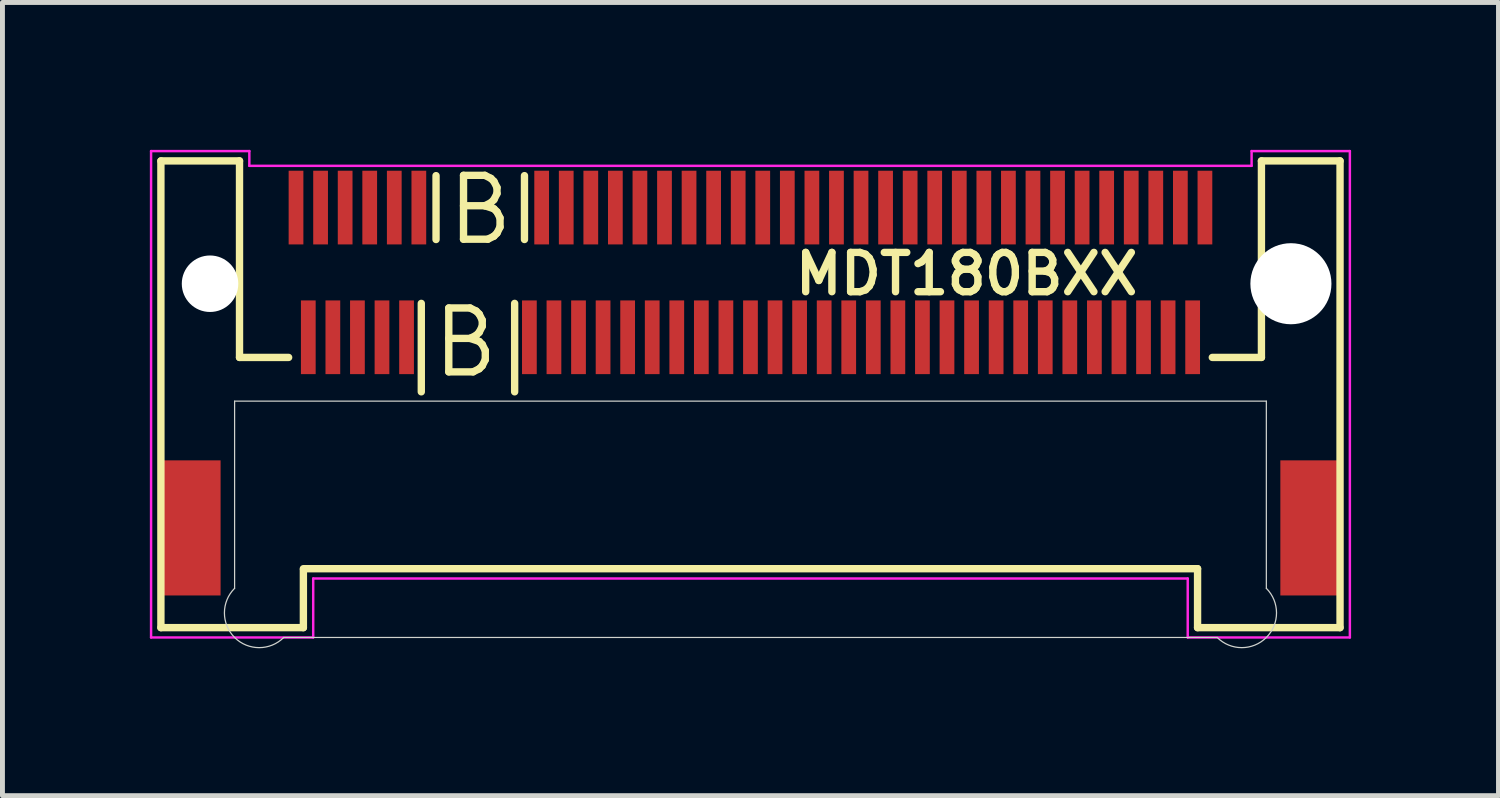
<source format=kicad_pcb>
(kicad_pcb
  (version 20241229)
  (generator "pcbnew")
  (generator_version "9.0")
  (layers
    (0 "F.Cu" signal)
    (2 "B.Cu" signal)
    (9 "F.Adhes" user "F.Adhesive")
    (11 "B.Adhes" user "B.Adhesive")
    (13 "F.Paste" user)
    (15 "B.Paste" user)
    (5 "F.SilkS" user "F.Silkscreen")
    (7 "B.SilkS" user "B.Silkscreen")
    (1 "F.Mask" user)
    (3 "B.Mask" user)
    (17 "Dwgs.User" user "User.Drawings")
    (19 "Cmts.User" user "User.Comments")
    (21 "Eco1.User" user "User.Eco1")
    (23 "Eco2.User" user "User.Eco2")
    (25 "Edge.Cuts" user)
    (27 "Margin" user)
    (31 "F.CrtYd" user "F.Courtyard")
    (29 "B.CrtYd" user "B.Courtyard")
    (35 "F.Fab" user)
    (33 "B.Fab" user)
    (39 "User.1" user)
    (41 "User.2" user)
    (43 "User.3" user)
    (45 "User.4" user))
  (footprint "MDT180BXX"
    (layer "F.Cu")
    (at 12.225 2.725)
    (property "Reference" "MDT180BXX" (at 4.4 -0.2 0) (layer "F.SilkS") (effects (font (size 0.8 0.8) (thickness 0.15))))
    (attr through_hole)
    (fp_line (start -12 -2.5) (end -12 7) (stroke (width 0.15) (type solid)) (layer "F.SilkS"))
    (fp_line (start -12 -2.5) (end -10.4 -2.5) (stroke (width 0.15) (type solid)) (layer "F.SilkS"))
    (fp_line (start -12 7) (end -9.1 7) (stroke (width 0.15) (type solid)) (layer "F.SilkS"))
    (fp_line (start -10.4 -2.5) (end -10.4 1.5) (stroke (width 0.15) (type solid)) (layer "F.SilkS"))
    (fp_line (start -9.4 1.5) (end -10.4 1.5) (stroke (width 0.15) (type solid)) (layer "F.SilkS"))
    (fp_line (start -9.1 5.8) (end 9.1 5.8) (stroke (width 0.15) (type solid)) (layer "F.SilkS"))
    (fp_line (start -9.1 7) (end -9.1 5.82) (stroke (width 0.15) (type solid)) (layer "F.SilkS"))
    (fp_line (start -6.7 2.2) (end -6.7 0.4) (stroke (width 0.15) (type solid)) (layer "F.SilkS"))
    (fp_line (start -6.4 -2.2) (end -6.4 -0.9) (stroke (width 0.15) (type solid)) (layer "F.SilkS"))
    (fp_line (start -4.8 0.4) (end -4.8 2.2) (stroke (width 0.15) (type solid)) (layer "F.SilkS"))
    (fp_line (start -4.6 -2.2) (end -4.6 -0.9) (stroke (width 0.15) (type solid)) (layer "F.SilkS"))
    (fp_line (start 9.1 7) (end 9.1 5.8) (stroke (width 0.15) (type solid)) (layer "F.SilkS"))
    (fp_line (start 9.1 7) (end 12 7) (stroke (width 0.15) (type solid)) (layer "F.SilkS"))
    (fp_line (start 10.4 -2.5) (end 12 -2.5) (stroke (width 0.15) (type solid)) (layer "F.SilkS"))
    (fp_line (start 10.4 1.5) (end 9.4 1.5) (stroke (width 0.15) (type solid)) (layer "F.SilkS"))
    (fp_line (start 10.4 1.5) (end 10.4 -2.5) (stroke (width 0.15) (type solid)) (layer "F.SilkS"))
    (fp_line (start 12 -2.5) (end 12 7) (stroke (width 0.15) (type solid)) (layer "F.SilkS"))
    (fp_line (start -10.5 2.39) (end -10.5 6.2) (stroke (width 0.025) (type solid)) (layer "Edge.Cuts"))
    (fp_line (start -9.5 7.2) (end 9.5 7.2) (stroke (width 0.025) (type solid)) (layer "Edge.Cuts"))
    (fp_line (start 10.5 2.39) (end -10.5 2.39) (stroke (width 0.025) (type solid)) (layer "Edge.Cuts"))
    (fp_line (start 10.5 6.2) (end 10.5 2.39) (stroke (width 0.025) (type solid)) (layer "Edge.Cuts"))
    (fp_arc (start -9.5 7.2) (mid -10.5 7.2) (end -10.5 6.2) (stroke (width 0.0254) (type solid)) (layer "Edge.Cuts"))
    (fp_arc (start 10.5 6.2) (mid 10.5 7.2) (end 9.5 7.2) (stroke (width 0.0254) (type solid)) (layer "Edge.Cuts"))
    (fp_line (start -12.2 -2.7) (end -10.2 -2.7) (stroke (width 0.05) (type solid)) (layer "F.CrtYd"))
    (fp_line (start -12.2 7.2) (end -12.2 -2.7) (stroke (width 0.05) (type solid)) (layer "F.CrtYd"))
    (fp_line (start -10.2 -2.7) (end -10.2 -2.4) (stroke (width 0.05) (type solid)) (layer "F.CrtYd"))
    (fp_line (start -10.2 -2.4) (end 10.2 -2.4) (stroke (width 0.05) (type solid)) (layer "F.CrtYd"))
    (fp_line (start -8.9 6) (end -8.9 7.2) (stroke (width 0.05) (type solid)) (layer "F.CrtYd"))
    (fp_line (start -8.9 7.2) (end -12.2 7.2) (stroke (width 0.05) (type solid)) (layer "F.CrtYd"))
    (fp_line (start 8.9 6) (end -8.9 6) (stroke (width 0.05) (type solid)) (layer "F.CrtYd"))
    (fp_line (start 8.9 7.2) (end 8.9 6) (stroke (width 0.05) (type solid)) (layer "F.CrtYd"))
    (fp_line (start 10.2 -2.7) (end 12.2 -2.7) (stroke (width 0.05) (type solid)) (layer "F.CrtYd"))
    (fp_line (start 10.2 -2.4) (end 10.2 -2.7) (stroke (width 0.05) (type solid)) (layer "F.CrtYd"))
    (fp_line (start 12.2 -2.7) (end 12.2 7.2) (stroke (width 0.05) (type solid)) (layer "F.CrtYd"))
    (fp_line (start 12.2 7.2) (end 8.9 7.2) (stroke (width 0.05) (type solid)) (layer "F.CrtYd"))
    (fp_text user "B" (at -5.8 1.2 0) (layer "F.SilkS") (effects (font (size 1.3 1.3) (thickness 0.15))))
    (fp_text user "B" (at -5.5 -1.5 0) (layer "F.SilkS") (effects (font (size 1.3 1.3) (thickness 0.15))))
    (pad "" smd rect (at -11.385 4.97) (size 1.2 2.75) (layers "F.Cu" "F.Mask" "F.Paste"))
    (pad "" np_thru_hole circle (at -11 0) (size 1.15 1.15) (drill 1.15) (layers "*.Cu"))
    (pad "" np_thru_hole circle (at 11 0) (size 1.65 1.65) (drill 1.65) (layers "*.Cu"))
    (pad "" smd rect (at 11.385 4.97) (size 1.2 2.75) (layers "F.Cu" "F.Mask" "F.Paste"))
    (pad "1" smd rect (at -9.25 -1.55) (size 0.3 1.5) (layers "F.Cu" "F.Mask" "F.Paste"))
    (pad "2" smd rect (at -9 1.09) (size 0.3 1.5) (layers "F.Cu" "F.Mask" "F.Paste"))
    (pad "3" smd rect (at -8.75 -1.55) (size 0.3 1.5) (layers "F.Cu" "F.Mask" "F.Paste"))
    (pad "4" smd rect (at -8.5 1.09) (size 0.3 1.5) (layers "F.Cu" "F.Mask" "F.Paste"))
    (pad "5" smd rect (at -8.25 -1.55) (size 0.3 1.5) (layers "F.Cu" "F.Mask" "F.Paste"))
    (pad "6" smd rect (at -8 1.09) (size 0.3 1.5) (layers "F.Cu" "F.Mask" "F.Paste"))
    (pad "7" smd rect (at -7.75 -1.55) (size 0.3 1.5) (layers "F.Cu" "F.Mask" "F.Paste"))
    (pad "8" smd rect (at -7.5 1.09) (size 0.3 1.5) (layers "F.Cu" "F.Mask" "F.Paste"))
    (pad "9" smd rect (at -7.25 -1.55) (size 0.3 1.5) (layers "F.Cu" "F.Mask" "F.Paste"))
    (pad "10" smd rect (at -7 1.09) (size 0.3 1.5) (layers "F.Cu" "F.Mask" "F.Paste"))
    (pad "11" smd rect (at -6.75 -1.55) (size 0.3 1.5) (layers "F.Cu" "F.Mask" "F.Paste"))
    (pad "20" smd rect (at -4.5 1.09) (size 0.3 1.5) (layers "F.Cu" "F.Mask" "F.Paste"))
    (pad "21" smd rect (at -4.25 -1.55) (size 0.3 1.5) (layers "F.Cu" "F.Mask" "F.Paste"))
    (pad "22" smd rect (at -4 1.09) (size 0.3 1.5) (layers "F.Cu" "F.Mask" "F.Paste"))
    (pad "23" smd rect (at -3.75 -1.55) (size 0.3 1.5) (layers "F.Cu" "F.Mask" "F.Paste"))
    (pad "24" smd rect (at -3.5 1.09) (size 0.3 1.5) (layers "F.Cu" "F.Mask" "F.Paste"))
    (pad "25" smd rect (at -3.25 -1.55) (size 0.3 1.5) (layers "F.Cu" "F.Mask" "F.Paste"))
    (pad "26" smd rect (at -3 1.09) (size 0.3 1.5) (layers "F.Cu" "F.Mask" "F.Paste"))
    (pad "27" smd rect (at -2.75 -1.55) (size 0.3 1.5) (layers "F.Cu" "F.Mask" "F.Paste"))
    (pad "28" smd rect (at -2.5 1.09) (size 0.3 1.5) (layers "F.Cu" "F.Mask" "F.Paste"))
    (pad "29" smd rect (at -2.25 -1.55) (size 0.3 1.5) (layers "F.Cu" "F.Mask" "F.Paste"))
    (pad "30" smd rect (at -2 1.09) (size 0.3 1.5) (layers "F.Cu" "F.Mask" "F.Paste"))
    (pad "31" smd rect (at -1.75 -1.55) (size 0.3 1.5) (layers "F.Cu" "F.Mask" "F.Paste"))
    (pad "32" smd rect (at -1.5 1.09) (size 0.3 1.5) (layers "F.Cu" "F.Mask" "F.Paste"))
    (pad "33" smd rect (at -1.25 -1.55) (size 0.3 1.5) (layers "F.Cu" "F.Mask" "F.Paste"))
    (pad "34" smd rect (at -1 1.09) (size 0.3 1.5) (layers "F.Cu" "F.Mask" "F.Paste"))
    (pad "35" smd rect (at -0.75 -1.55) (size 0.3 1.5) (layers "F.Cu" "F.Mask" "F.Paste"))
    (pad "36" smd rect (at -0.5 1.09) (size 0.3 1.5) (layers "F.Cu" "F.Mask" "F.Paste"))
    (pad "37" smd rect (at -0.25 -1.55) (size 0.3 1.5) (layers "F.Cu" "F.Mask" "F.Paste"))
    (pad "38" smd rect (at 0 1.09) (size 0.3 1.5) (layers "F.Cu" "F.Mask" "F.Paste"))
    (pad "39" smd rect (at 0.25 -1.55) (size 0.3 1.5) (layers "F.Cu" "F.Mask" "F.Paste"))
    (pad "40" smd rect (at 0.5 1.09) (size 0.3 1.5) (layers "F.Cu" "F.Mask" "F.Paste"))
    (pad "41" smd rect (at 0.75 -1.55) (size 0.3 1.5) (layers "F.Cu" "F.Mask" "F.Paste"))
    (pad "42" smd rect (at 1 1.09) (size 0.3 1.5) (layers "F.Cu" "F.Mask" "F.Paste"))
    (pad "43" smd rect (at 1.25 -1.55) (size 0.3 1.5) (layers "F.Cu" "F.Mask" "F.Paste"))
    (pad "44" smd rect (at 1.5 1.09) (size 0.3 1.5) (layers "F.Cu" "F.Mask" "F.Paste"))
    (pad "45" smd rect (at 1.75 -1.55) (size 0.3 1.5) (layers "F.Cu" "F.Mask" "F.Paste"))
    (pad "46" smd rect (at 2 1.09) (size 0.3 1.5) (layers "F.Cu" "F.Mask" "F.Paste"))
    (pad "47" smd rect (at 2.25 -1.55) (size 0.3 1.5) (layers "F.Cu" "F.Mask" "F.Paste"))
    (pad "48" smd rect (at 2.5 1.09) (size 0.3 1.5) (layers "F.Cu" "F.Mask" "F.Paste"))
    (pad "49" smd rect (at 2.75 -1.55) (size 0.3 1.5) (layers "F.Cu" "F.Mask" "F.Paste"))
    (pad "50" smd rect (at 3 1.09) (size 0.3 1.5) (layers "F.Cu" "F.Mask" "F.Paste"))
    (pad "51" smd rect (at 3.25 -1.55) (size 0.3 1.5) (layers "F.Cu" "F.Mask" "F.Paste"))
    (pad "52" smd rect (at 3.5 1.09) (size 0.3 1.5) (layers "F.Cu" "F.Mask" "F.Paste"))
    (pad "53" smd rect (at 3.75 -1.55) (size 0.3 1.5) (layers "F.Cu" "F.Mask" "F.Paste"))
    (pad "54" smd rect (at 4 1.09) (size 0.3 1.5) (layers "F.Cu" "F.Mask" "F.Paste"))
    (pad "55" smd rect (at 4.25 -1.55) (size 0.3 1.5) (layers "F.Cu" "F.Mask" "F.Paste"))
    (pad "56" smd rect (at 4.5 1.09) (size 0.3 1.5) (layers "F.Cu" "F.Mask" "F.Paste"))
    (pad "57" smd rect (at 4.75 -1.55) (size 0.3 1.5) (layers "F.Cu" "F.Mask" "F.Paste"))
    (pad "58" smd rect (at 5 1.09) (size 0.3 1.5) (layers "F.Cu" "F.Mask" "F.Paste"))
    (pad "59" smd rect (at 5.25 -1.55) (size 0.3 1.5) (layers "F.Cu" "F.Mask" "F.Paste"))
    (pad "60" smd rect (at 5.5 1.09) (size 0.3 1.5) (layers "F.Cu" "F.Mask" "F.Paste"))
    (pad "61" smd rect (at 5.75 -1.55) (size 0.3 1.5) (layers "F.Cu" "F.Mask" "F.Paste"))
    (pad "62" smd rect (at 6 1.09) (size 0.3 1.5) (layers "F.Cu" "F.Mask" "F.Paste"))
    (pad "63" smd rect (at 6.25 -1.55) (size 0.3 1.5) (layers "F.Cu" "F.Mask" "F.Paste"))
    (pad "64" smd rect (at 6.5 1.09) (size 0.3 1.5) (layers "F.Cu" "F.Mask" "F.Paste"))
    (pad "65" smd rect (at 6.75 -1.55) (size 0.3 1.5) (layers "F.Cu" "F.Mask" "F.Paste"))
    (pad "66" smd rect (at 7 1.09) (size 0.3 1.5) (layers "F.Cu" "F.Mask" "F.Paste"))
    (pad "67" smd rect (at 7.25 -1.55) (size 0.3 1.5) (layers "F.Cu" "F.Mask" "F.Paste"))
    (pad "68" smd rect (at 7.5 1.09) (size 0.3 1.5) (layers "F.Cu" "F.Mask" "F.Paste"))
    (pad "69" smd rect (at 7.75 -1.55) (size 0.3 1.5) (layers "F.Cu" "F.Mask" "F.Paste"))
    (pad "70" smd rect (at 8 1.09) (size 0.3 1.5) (layers "F.Cu" "F.Mask" "F.Paste"))
    (pad "71" smd rect (at 8.25 -1.55) (size 0.3 1.5) (layers "F.Cu" "F.Mask" "F.Paste"))
    (pad "72" smd rect (at 8.5 1.09) (size 0.3 1.5) (layers "F.Cu" "F.Mask" "F.Paste"))
    (pad "73" smd rect (at 8.75 -1.55) (size 0.3 1.5) (layers "F.Cu" "F.Mask" "F.Paste"))
    (pad "74" smd rect (at 9 1.09) (size 0.3 1.5) (layers "F.Cu" "F.Mask" "F.Paste"))
    (pad "75" smd rect (at 9.25 -1.55) (size 0.3 1.5) (layers "F.Cu" "F.Mask" "F.Paste")))
  (gr_rect
    (start -3 -3)
    (end 27.45 13.145)
    (stroke (width 0.1) (type default))
    (fill no)
    (layer "Edge.Cuts")))
</source>
